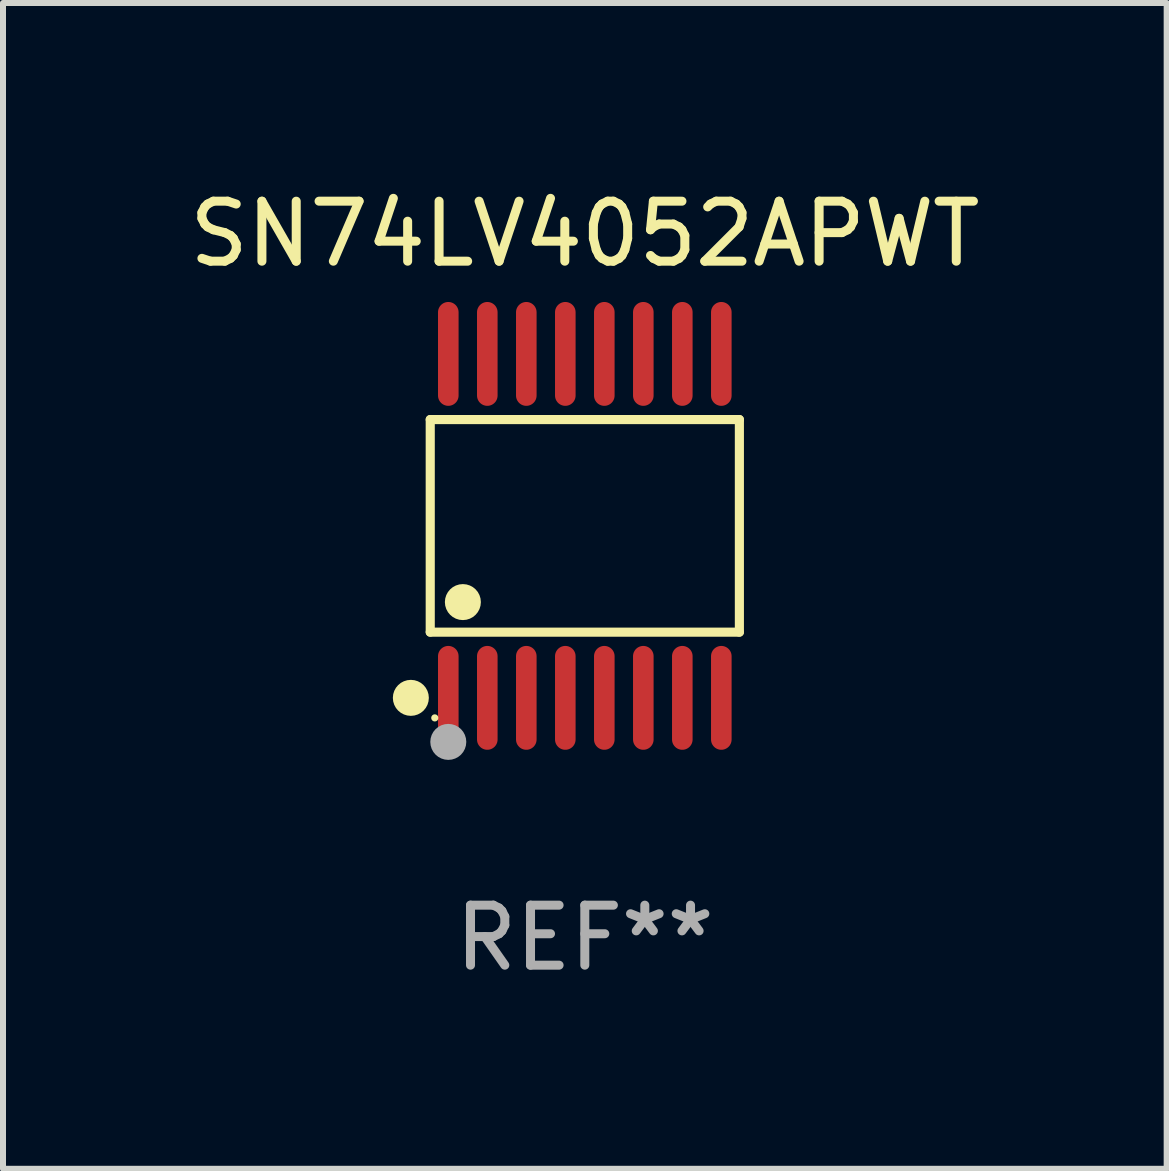
<source format=kicad_pcb>
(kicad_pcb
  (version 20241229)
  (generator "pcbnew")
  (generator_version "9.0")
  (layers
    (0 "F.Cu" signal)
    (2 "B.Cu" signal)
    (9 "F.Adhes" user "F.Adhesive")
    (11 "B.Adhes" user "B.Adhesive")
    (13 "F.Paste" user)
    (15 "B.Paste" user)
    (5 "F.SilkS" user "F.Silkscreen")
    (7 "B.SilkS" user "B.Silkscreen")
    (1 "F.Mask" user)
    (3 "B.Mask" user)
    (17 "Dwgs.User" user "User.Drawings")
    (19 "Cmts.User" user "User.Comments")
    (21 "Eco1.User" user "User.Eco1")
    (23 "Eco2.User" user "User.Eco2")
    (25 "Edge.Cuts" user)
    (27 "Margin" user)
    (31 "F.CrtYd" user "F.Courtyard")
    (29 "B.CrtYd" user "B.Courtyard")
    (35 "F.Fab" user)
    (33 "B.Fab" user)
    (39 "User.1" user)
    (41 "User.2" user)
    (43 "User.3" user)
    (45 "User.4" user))
  (footprint "SN74LV4052APWT"
    (layer "F.Cu")
    (at 6.696 5.714)
    (property "Reference" "SN74LV4052APWT" (at 0 -4.866 0) (layer "F.SilkS") (effects (font (size 1 1) (thickness 0.15))))
    (attr through_hole)
    (fp_line (start -2.576 -1.772) (end 2.576 -1.772) (stroke (width 0.152) (type solid)) (layer "F.SilkS"))
    (fp_line (start -2.576 1.771) (end -2.576 -1.772) (stroke (width 0.152) (type solid)) (layer "F.SilkS"))
    (fp_line (start 2.576 -1.772) (end 2.576 1.771) (stroke (width 0.152) (type solid)) (layer "F.SilkS"))
    (fp_line (start 2.576 1.771) (end -2.576 1.771) (stroke (width 0.152) (type solid)) (layer "F.SilkS"))
    (fp_circle (center -2.899 2.866) (end -2.749 2.866) (stroke (width 0.3) (type solid)) (fill no) (layer "F.SilkS"))
    (fp_circle (center -2.5 3.2) (end -2.47 3.2) (stroke (width 0.06) (type solid)) (fill no) (layer "F.SilkS"))
    (fp_circle (center -2.032 1.27) (end -1.882 1.27) (stroke (width 0.3) (type solid)) (fill no) (layer "F.SilkS"))
    (fp_circle (center -2.275 3.6) (end -2.125 3.6) (stroke (width 0.3) (type solid)) (fill no) (layer "F.Fab"))
    (fp_text user "REF**" (at 0 6.866 0) (layer "F.Fab") (effects (font (size 1 1) (thickness 0.15))))
    (pad "1" smd oval (at -2.275 2.866) (size 0.343 1.731) (layers "F.Cu" "F.Mask" "F.Paste"))
    (pad "2" smd oval (at -1.625 2.866) (size 0.343 1.731) (layers "F.Cu" "F.Mask" "F.Paste"))
    (pad "3" smd oval (at -0.975 2.866) (size 0.343 1.731) (layers "F.Cu" "F.Mask" "F.Paste"))
    (pad "4" smd oval (at -0.325 2.866) (size 0.343 1.731) (layers "F.Cu" "F.Mask" "F.Paste"))
    (pad "5" smd oval (at 0.325 2.866) (size 0.343 1.731) (layers "F.Cu" "F.Mask" "F.Paste"))
    (pad "6" smd oval (at 0.975 2.866) (size 0.343 1.731) (layers "F.Cu" "F.Mask" "F.Paste"))
    (pad "7" smd oval (at 1.625 2.866) (size 0.343 1.731) (layers "F.Cu" "F.Mask" "F.Paste"))
    (pad "8" smd oval (at 2.275 2.866) (size 0.343 1.731) (layers "F.Cu" "F.Mask" "F.Paste"))
    (pad "9" smd oval (at 2.275 -2.866) (size 0.343 1.731) (layers "F.Cu" "F.Mask" "F.Paste"))
    (pad "10" smd oval (at 1.625 -2.866) (size 0.343 1.731) (layers "F.Cu" "F.Mask" "F.Paste"))
    (pad "11" smd oval (at 0.975 -2.866) (size 0.343 1.731) (layers "F.Cu" "F.Mask" "F.Paste"))
    (pad "12" smd oval (at 0.325 -2.866) (size 0.343 1.731) (layers "F.Cu" "F.Mask" "F.Paste"))
    (pad "13" smd oval (at -0.325 -2.866) (size 0.343 1.731) (layers "F.Cu" "F.Mask" "F.Paste"))
    (pad "14" smd oval (at -0.975 -2.866) (size 0.343 1.731) (layers "F.Cu" "F.Mask" "F.Paste"))
    (pad "15" smd oval (at -1.625 -2.866) (size 0.343 1.731) (layers "F.Cu" "F.Mask" "F.Paste"))
    (pad "16" smd oval (at -2.275 -2.866) (size 0.343 1.731) (layers "F.Cu" "F.Mask" "F.Paste")))
  (gr_rect
    (start -3 -3)
    (end 16.393 16.428)
    (stroke (width 0.1) (type default))
    (fill no)
    (layer "Edge.Cuts")))
</source>
